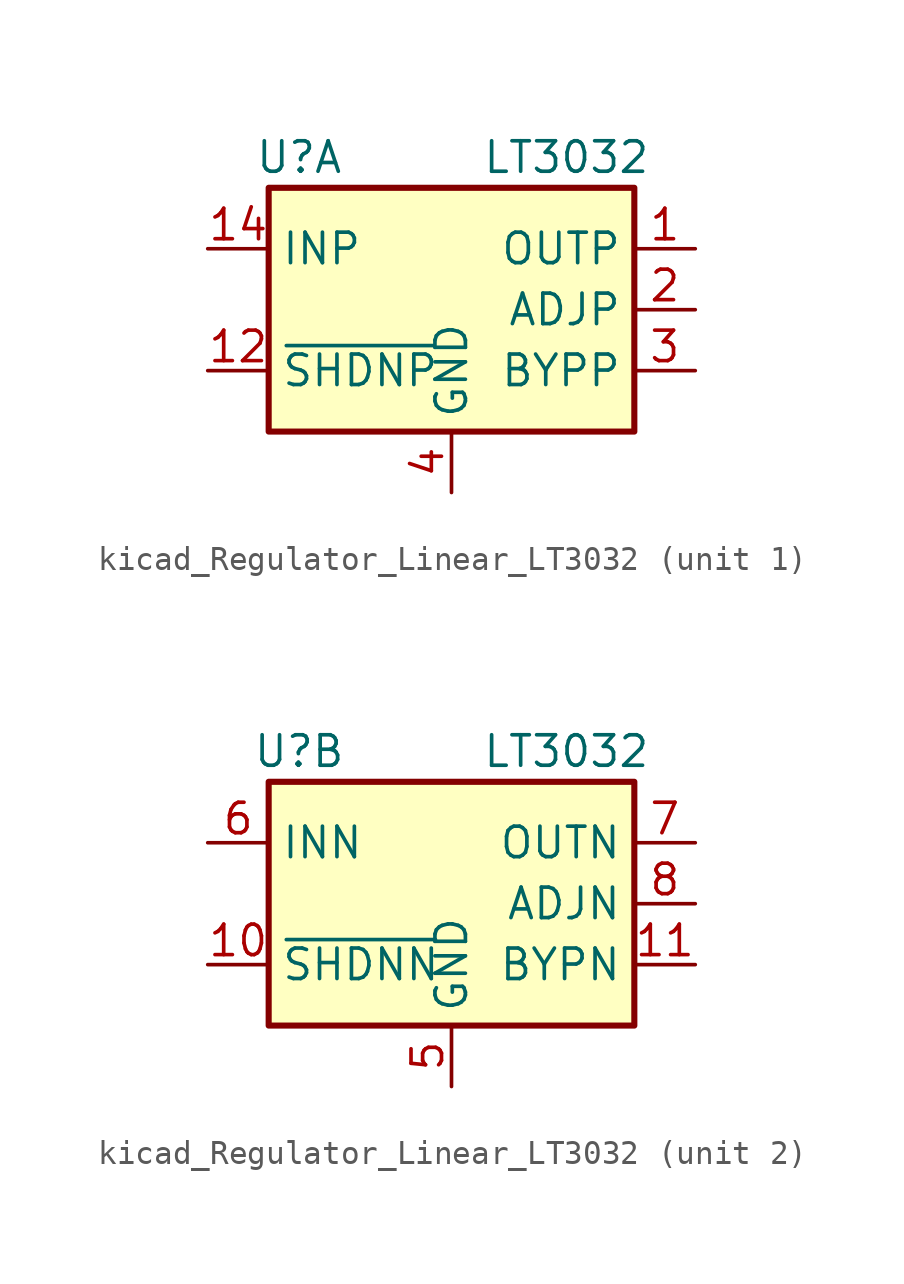
<source format=kicad_sym>
(kicad_symbol_lib
  (version 20220914)
  (generator kicad_symbol_editor)
  (symbol "kicad_Regulator_Linear_LT3032"
    (property "Reference" "U"
      (at -6.35 6.35 0)
      (effects (font (size 1.27 1.27))))
    (property "Value" "LT3032"
      (at 1.27 6.35 0)
      (effects (font (size 1.27 1.27)) (justify left)))
    (property "ki_locked" ""
      (at 0 0 0)
      (effects (font (size 1.27 1.27))))
    (symbol "kicad_Regulator_Linear_LT3032_0_1"
      (rectangle (start -7.62 5.08) (end 7.62 -5.08) (stroke (width 0.254) (type default)) (fill (type background))))
    (symbol "kicad_Regulator_Linear_LT3032_1_1"
      (pin power_out line (at 10.16 2.54 180) (length 2.54) (name "OUTP" (effects (font (size 1.27 1.27)))) (number "1" (effects (font (size 1.27 1.27)))))
      (pin input line (at -10.16 -2.54 0) (length 2.54) (name "~{SHDNP}" (effects (font (size 1.27 1.27)))) (number "12" (effects (font (size 1.27 1.27)))))
      (pin no_connect line (at 7.62 -5.08 180) (length 2.54) hide (name "NC" (effects (font (size 1.27 1.27)))) (number "13" (effects (font (size 1.27 1.27)))))
      (pin power_in line (at -10.16 2.54 0) (length 2.54) (name "INP" (effects (font (size 1.27 1.27)))) (number "14" (effects (font (size 1.27 1.27)))))
      (pin input line (at 10.16 0 180) (length 2.54) (name "ADJP" (effects (font (size 1.27 1.27)))) (number "2" (effects (font (size 1.27 1.27)))))
      (pin passive line (at 10.16 -2.54 180) (length 2.54) (name "BYPP" (effects (font (size 1.27 1.27)))) (number "3" (effects (font (size 1.27 1.27)))))
      (pin power_in line (at 0 -7.62 90) (length 2.54) (name "GND" (effects (font (size 1.27 1.27)))) (number "4" (effects (font (size 1.27 1.27))))))
    (symbol "kicad_Regulator_Linear_LT3032_2_1"
      (pin input line (at -10.16 -2.54 0) (length 2.54) (name "~{SHDNN}" (effects (font (size 1.27 1.27)))) (number "10" (effects (font (size 1.27 1.27)))))
      (pin passive line (at 10.16 -2.54 180) (length 2.54) (name "BYPN" (effects (font (size 1.27 1.27)))) (number "11" (effects (font (size 1.27 1.27)))))
      (pin power_in line (at 0 -7.62 90) (length 2.54) (name "GND" (effects (font (size 1.27 1.27)))) (number "5" (effects (font (size 1.27 1.27)))))
      (pin power_in line (at -10.16 2.54 0) (length 2.54) (name "INN" (effects (font (size 1.27 1.27)))) (number "6" (effects (font (size 1.27 1.27)))))
      (pin power_out line (at 10.16 2.54 180) (length 2.54) (name "OUTN" (effects (font (size 1.27 1.27)))) (number "7" (effects (font (size 1.27 1.27)))))
      (pin input line (at 10.16 0 180) (length 2.54) (name "ADJN" (effects (font (size 1.27 1.27)))) (number "8" (effects (font (size 1.27 1.27)))))
      (pin passive line (at -10.16 2.54 0) (length 2.54) hide (name "INN" (effects (font (size 1.27 1.27)))) (number "9" (effects (font (size 1.27 1.27))))))))
</source>
